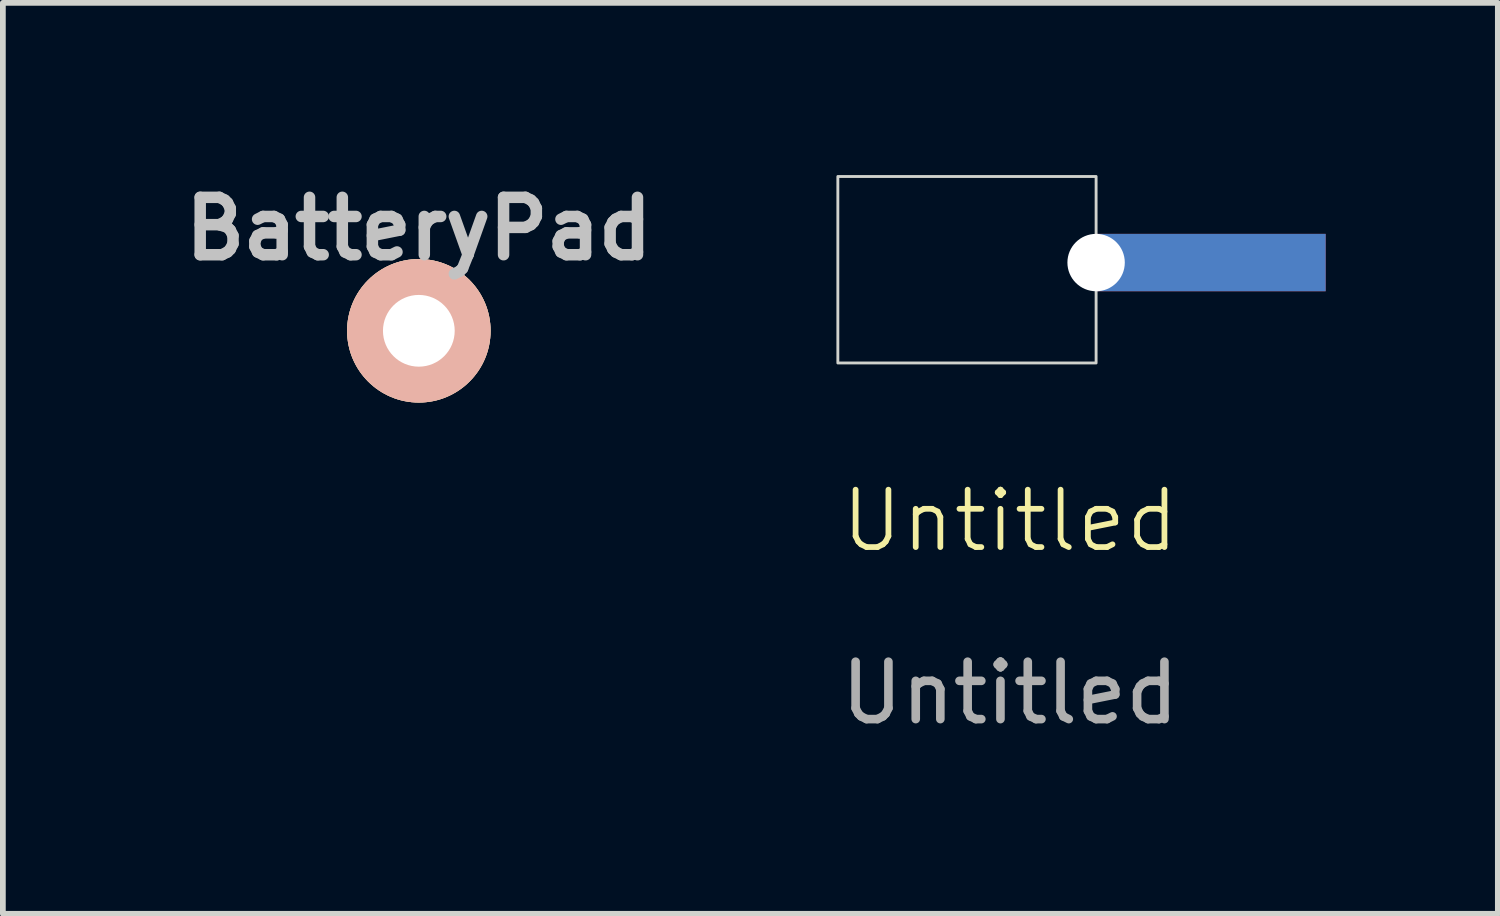
<source format=kicad_pcb>
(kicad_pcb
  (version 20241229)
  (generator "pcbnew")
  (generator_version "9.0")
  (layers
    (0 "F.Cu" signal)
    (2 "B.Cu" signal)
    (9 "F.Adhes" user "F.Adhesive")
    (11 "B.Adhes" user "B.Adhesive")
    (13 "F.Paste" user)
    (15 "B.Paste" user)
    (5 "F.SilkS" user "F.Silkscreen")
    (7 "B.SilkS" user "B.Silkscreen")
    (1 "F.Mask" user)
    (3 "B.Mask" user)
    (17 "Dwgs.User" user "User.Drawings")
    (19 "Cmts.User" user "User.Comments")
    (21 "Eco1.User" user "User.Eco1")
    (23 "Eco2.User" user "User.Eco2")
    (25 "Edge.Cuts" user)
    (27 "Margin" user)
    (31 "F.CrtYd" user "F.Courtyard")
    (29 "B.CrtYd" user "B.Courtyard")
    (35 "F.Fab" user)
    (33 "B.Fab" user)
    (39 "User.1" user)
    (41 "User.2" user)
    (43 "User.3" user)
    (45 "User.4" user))
  (footprint "BatteryPad"
    (layer "F.Cu")
    (at 4.248 2.714)
    (property "Reference" "BatteryPad" (at 0 -1.778 0) (layer "Dwgs.User") (effects (font (size 1 1) (thickness 0.2))))
    (attr through_hole)
    (pad "1" thru_hole circle (at 0 0 270) (size 2.5 2.5) (drill 1.25) (layers "*.Cu" "*.SilkS" "*.Mask")))
  (footprint "Untitled"
    (layer "F.Cu")
    (at 14.549 6.525)
    (property "Reference" "Untitled" (at 0 -0.5 0) (unlocked yes) (layer "F.SilkS") (effects (font (size 1 1) (thickness 0.1))))
    (attr smd exclude_from_pos_files)
    (fp_rect (start -3 -6.5) (end 1.5 -3.25) (stroke (width 0.05) (type default)) (fill no) (layer "Edge.Cuts"))
    (fp_text user "${REFERENCE}" (at 0 2.5 0) (unlocked yes) (layer "F.Fab") (effects (font (size 1 1) (thickness 0.15))))
    (pad "1" thru_hole rect (at 1.5 -5) (size 4 1) (drill 1 (offset 2 0)) (property pad_prop_castellated) (layers "*.Cu" "*.Mask")))
  (gr_rect
    (start -3 -3)
    (end 23.049 12.873)
    (stroke (width 0.1) (type default))
    (fill no)
    (layer "Edge.Cuts")))
</source>
